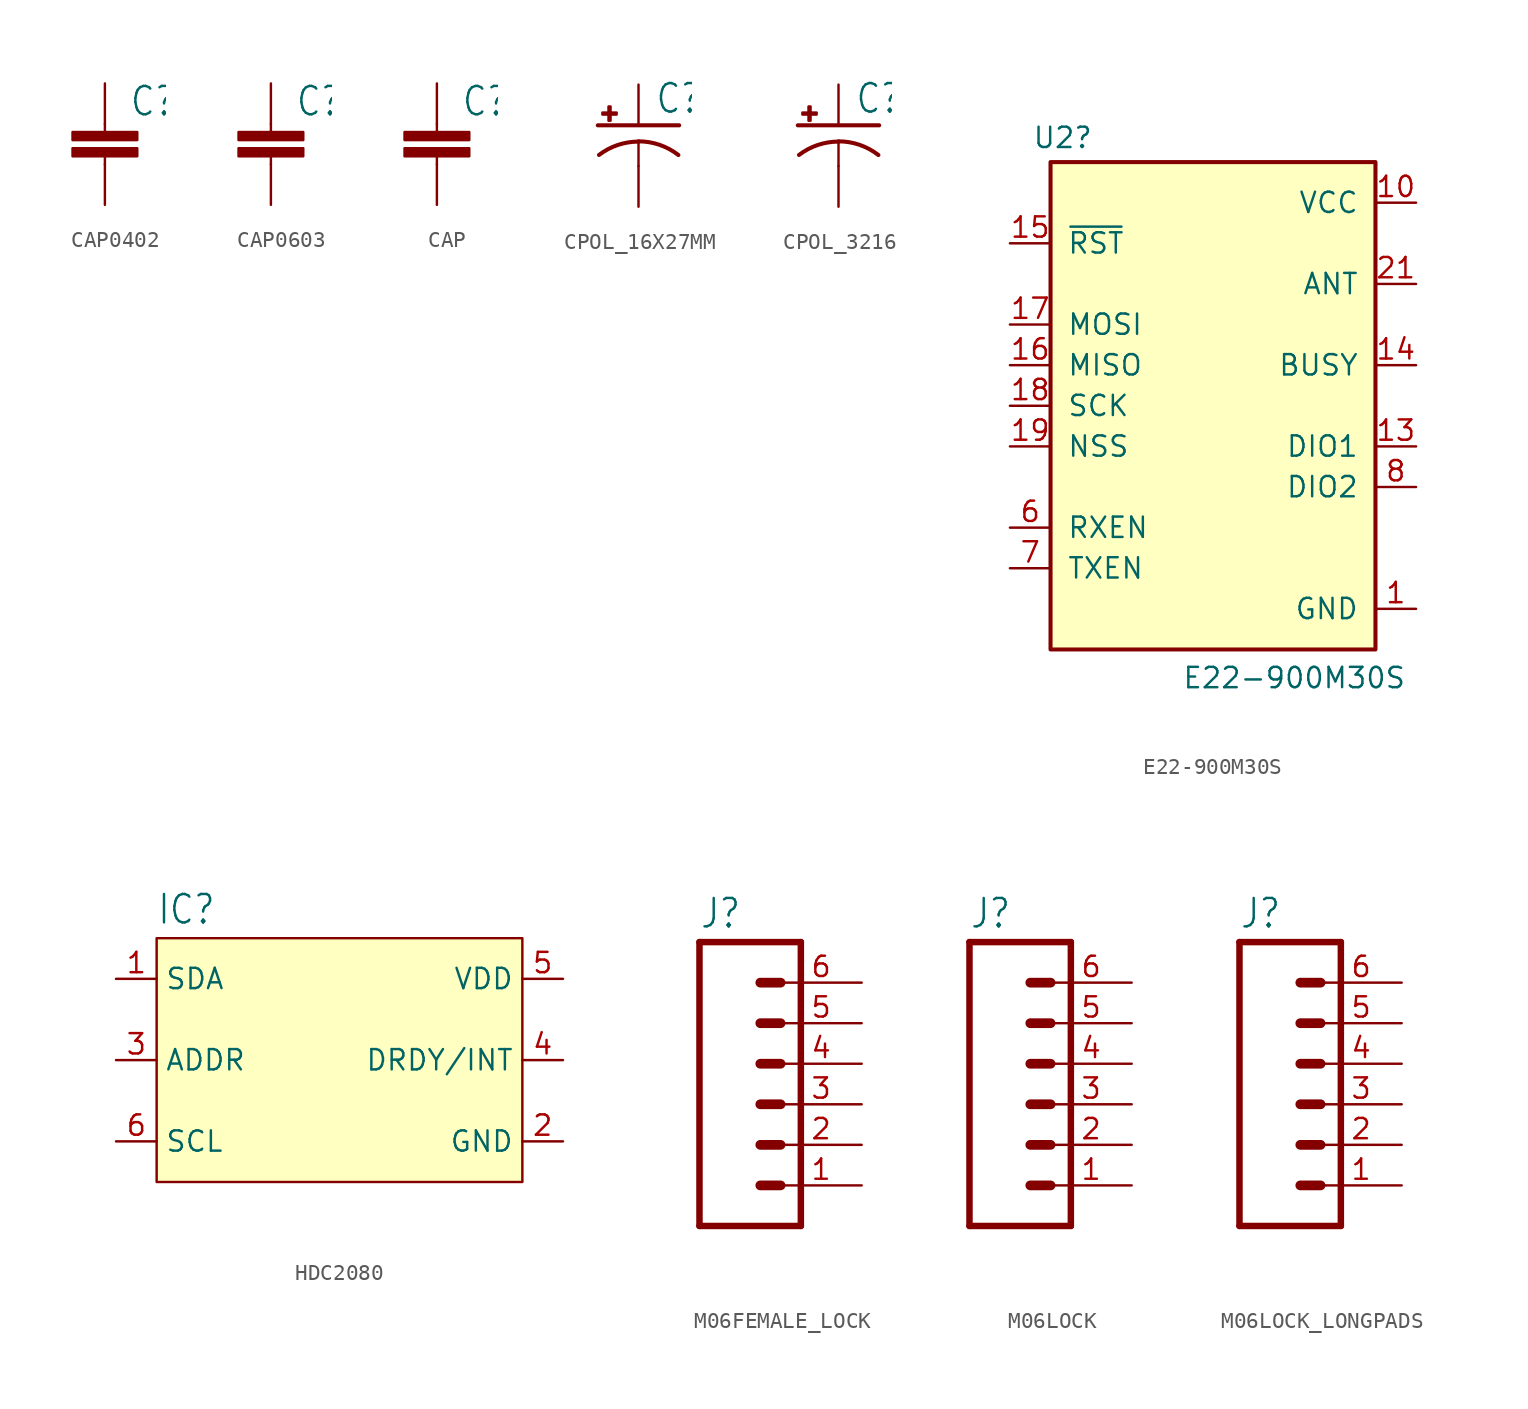
<source format=kicad_sym>
(kicad_symbol_lib
  (version 20241209)
  (generator "kicad_symbol_editor")
  (generator_version "9.0")
  (symbol "CAP0402"
    (property "Reference" "C"
      (at 1.524 2.921 0)
      (effects (font (size 1.778 1.511)) (justify left bottom)))
    (property "Value" ""
      (at 1.524 -2.159 0)
      (effects (font (size 1.778 1.511)) (justify left bottom)))
    (property "ki_locked" ""
      (at 0 0 0)
      (effects (font (size 1.27 1.27))))
    (symbol "CAP0402_1_0"
      (rectangle (start -2.032 1.524) (end 2.032 2.032) (stroke (width 0) (type default)) (fill (type outline)))
      (rectangle (start -2.032 0.508) (end 2.032 1.016) (stroke (width 0) (type default)) (fill (type outline)))
      (polyline (pts (xy 0 2.54) (xy 0 2.032)) (stroke (width 0.152) (type solid)) (fill (type none)))
      (polyline (pts (xy 0 0) (xy 0 0.508)) (stroke (width 0.152) (type solid)) (fill (type none)))
      (pin passive line (at 0 5.08 270) (length 2.54) (name "1" (effects (font (size 0 0)))) (number "1" (effects (font (size 0 0)))))
      (pin passive line (at 0 -2.54 90) (length 2.54) (name "2" (effects (font (size 0 0)))) (number "2" (effects (font (size 0 0)))))))
  (symbol "CAP0603"
    (property "Reference" "C"
      (at 1.524 2.921 0)
      (effects (font (size 1.778 1.511)) (justify left bottom)))
    (property "Value" ""
      (at 1.524 -2.159 0)
      (effects (font (size 1.778 1.511)) (justify left bottom)))
    (property "ki_locked" ""
      (at 0 0 0)
      (effects (font (size 1.27 1.27))))
    (symbol "CAP0603_1_0"
      (rectangle (start -2.032 1.524) (end 2.032 2.032) (stroke (width 0) (type default)) (fill (type outline)))
      (rectangle (start -2.032 0.508) (end 2.032 1.016) (stroke (width 0) (type default)) (fill (type outline)))
      (polyline (pts (xy 0 2.54) (xy 0 2.032)) (stroke (width 0.152) (type solid)) (fill (type none)))
      (polyline (pts (xy 0 0) (xy 0 0.508)) (stroke (width 0.152) (type solid)) (fill (type none)))
      (pin passive line (at 0 5.08 270) (length 2.54) (name "1" (effects (font (size 0 0)))) (number "1" (effects (font (size 0 0)))))
      (pin passive line (at 0 -2.54 90) (length 2.54) (name "2" (effects (font (size 0 0)))) (number "2" (effects (font (size 0 0)))))))
  (symbol "CAP"
    (property "Reference" "C"
      (at 1.524 2.921 0)
      (effects (font (size 1.778 1.511)) (justify left bottom)))
    (property "Value" ""
      (at 1.524 -2.159 0)
      (effects (font (size 1.778 1.511)) (justify left bottom)))
    (property "ki_locked" ""
      (at 0 0 0)
      (effects (font (size 1.27 1.27))))
    (symbol "CAP_1_0"
      (rectangle (start -2.032 1.524) (end 2.032 2.032) (stroke (width 0) (type default)) (fill (type outline)))
      (rectangle (start -2.032 0.508) (end 2.032 1.016) (stroke (width 0) (type default)) (fill (type outline)))
      (polyline (pts (xy 0 2.54) (xy 0 2.032)) (stroke (width 0.152) (type solid)) (fill (type none)))
      (polyline (pts (xy 0 0) (xy 0 0.508)) (stroke (width 0.152) (type solid)) (fill (type none)))
      (pin passive line (at 0 5.08 270) (length 2.54) (name "1" (effects (font (size 0 0)))) (number "1" (effects (font (size 0 0)))))
      (pin passive line (at 0 -2.54 90) (length 2.54) (name "2" (effects (font (size 0 0)))) (number "2" (effects (font (size 0 0)))))))
  (symbol "CPOL_16X27MM"
    (property "Reference" "C"
      (at 1.016 0.635 0)
      (effects (font (size 1.778 1.511)) (justify left bottom)))
    (property "Value" ""
      (at 1.016 -4.191 0)
      (effects (font (size 1.778 1.511)) (justify left bottom)))
    (property "ki_locked" ""
      (at 0 0 0)
      (effects (font (size 1.27 1.27))))
    (symbol "CPOL_16X27MM_1_0"
      (polyline (pts (xy -2.54 0) (xy 2.54 0)) (stroke (width 0.254) (type solid)) (fill (type none)))
      (rectangle (start -2.253 0.668) (end -1.364 0.795) (stroke (width 0) (type default)) (fill (type outline)))
      (rectangle (start -1.872 0.287) (end -1.745 1.176) (stroke (width 0) (type default)) (fill (type outline)))
      (arc (start -2.4669 -1.8504) (mid -1.3021 -1.2303) (end 0 -1.0161) (stroke (width 0.254) (type solid)) (fill (type none)))
      (polyline (pts (xy 0 -1.016) (xy 0 -2.54)) (stroke (width 0.152) (type solid)) (fill (type none)))
      (arc (start 0 -1) (mid 1.3158 -1.2194) (end 2.4892 -1.8541) (stroke (width 0.254) (type solid)) (fill (type none)))
      (pin passive line (at 0 2.54 270) (length 2.54) (name "+" (effects (font (size 0 0)))) (number "+" (effects (font (size 0 0)))))
      (pin passive line (at 0 -5.08 90) (length 2.54) (name "-" (effects (font (size 0 0)))) (number "-" (effects (font (size 0 0)))))))
  (symbol "CPOL_3216"
    (property "Reference" "C"
      (at 1.016 0.635 0)
      (effects (font (size 1.778 1.511)) (justify left bottom)))
    (property "Value" ""
      (at 1.016 -4.191 0)
      (effects (font (size 1.778 1.511)) (justify left bottom)))
    (property "ki_locked" ""
      (at 0 0 0)
      (effects (font (size 1.27 1.27))))
    (symbol "CPOL_3216_1_0"
      (polyline (pts (xy -2.54 0) (xy 2.54 0)) (stroke (width 0.254) (type solid)) (fill (type none)))
      (rectangle (start -2.253 0.668) (end -1.364 0.795) (stroke (width 0) (type default)) (fill (type outline)))
      (rectangle (start -1.872 0.287) (end -1.745 1.176) (stroke (width 0) (type default)) (fill (type outline)))
      (arc (start -2.4669 -1.8504) (mid -1.3021 -1.2303) (end 0 -1.0161) (stroke (width 0.254) (type solid)) (fill (type none)))
      (polyline (pts (xy 0 -1.016) (xy 0 -2.54)) (stroke (width 0.152) (type solid)) (fill (type none)))
      (arc (start 0 -1) (mid 1.3158 -1.2194) (end 2.4892 -1.8541) (stroke (width 0.254) (type solid)) (fill (type none)))
      (pin passive line (at 0 2.54 270) (length 2.54) (name "+" (effects (font (size 0 0)))) (number "+" (effects (font (size 0 0)))))
      (pin passive line (at 0 -5.08 90) (length 2.54) (name "-" (effects (font (size 0 0)))) (number "-" (effects (font (size 0 0)))))))
  (symbol "E22-900M30S"
    (pin_names
      (offset 1.016))
    (property "Reference" "U2"
      (at -9.398 16.764 0)
      (effects (font (size 1.27 1.27))))
    (property "Value" "E22-900M30S"
      (at 5.08 -17.018 0)
      (effects (font (size 1.27 1.27))))
    (symbol "E22-900M30S_0_0"
      (rectangle (start -10.16 15.24) (end 10.16 -15.24) (stroke (width 0.254) (type default)) (fill (type background)))
      (pin input line (at -12.7 5.08 0) (length 2.54) (name "MOSI" (effects (font (size 1.27 1.27)))) (number "17" (effects (font (size 1.27 1.27)))))
      (pin output line (at -12.7 2.54 0) (length 2.54) (name "MISO" (effects (font (size 1.27 1.27)))) (number "16" (effects (font (size 1.27 1.27)))))
      (pin input line (at -12.7 0 0) (length 2.54) (name "SCK" (effects (font (size 1.27 1.27)))) (number "18" (effects (font (size 1.27 1.27)))))
      (pin input line (at -12.7 -2.54 0) (length 2.54) (name "NSS" (effects (font (size 1.27 1.27)))) (number "19" (effects (font (size 1.27 1.27)))))
      (pin input line (at -12.7 -7.62 0) (length 2.54) (name "RXEN" (effects (font (size 1.27 1.27)))) (number "6" (effects (font (size 1.27 1.27)))))
      (pin input line (at -12.7 -10.16 0) (length 2.54) (name "TXEN" (effects (font (size 1.27 1.27)))) (number "7" (effects (font (size 1.27 1.27)))))
      (pin power_in line (at 12.7 12.7 180) (length 2.54) (name "VCC" (effects (font (size 1.27 1.27)))) (number "10" (effects (font (size 1.27 1.27)))))
      (pin power_in line (at 12.7 12.7 180) (length 2.54) (hide yes) (name "VCC" (effects (font (size 1.27 1.27)))) (number "9" (effects (font (size 1.27 1.27)))))
      (pin output line (at 12.7 7.62 180) (length 2.54) (name "ANT" (effects (font (size 1.27 1.27)))) (number "21" (effects (font (size 1.27 1.27)))))
      (pin output line (at 12.7 2.54 180) (length 2.54) (name "BUSY" (effects (font (size 1.27 1.27)))) (number "14" (effects (font (size 1.27 1.27)))))
      (pin bidirectional line (at 12.7 -2.54 180) (length 2.54) (name "DIO1" (effects (font (size 1.27 1.27)))) (number "13" (effects (font (size 1.27 1.27)))))
      (pin bidirectional line (at 12.7 -5.08 180) (length 2.54) (name "DIO2" (effects (font (size 1.27 1.27)))) (number "8" (effects (font (size 1.27 1.27)))))
      (pin power_in line (at 12.7 -12.7 180) (length 2.54) (name "GND" (effects (font (size 1.27 1.27)))) (number "1" (effects (font (size 1.27 1.27)))))
      (pin power_in line (at 12.7 -12.7 180) (length 2.54) (hide yes) (name "GND" (effects (font (size 1.27 1.27)))) (number "11" (effects (font (size 1.27 1.27)))))
      (pin power_in line (at 12.7 -12.7 180) (length 2.54) (hide yes) (name "GND" (effects (font (size 1.27 1.27)))) (number "12" (effects (font (size 1.27 1.27)))))
      (pin power_in line (at 12.7 -12.7 180) (length 2.54) (hide yes) (name "GND" (effects (font (size 1.27 1.27)))) (number "2" (effects (font (size 1.27 1.27)))))
      (pin power_in line (at 12.7 -12.7 180) (length 2.54) (hide yes) (name "GND" (effects (font (size 1.27 1.27)))) (number "20" (effects (font (size 1.27 1.27)))))
      (pin power_in line (at 12.7 -12.7 180) (length 2.54) (hide yes) (name "GND" (effects (font (size 1.27 1.27)))) (number "22" (effects (font (size 1.27 1.27)))))
      (pin power_in line (at 12.7 -12.7 180) (length 2.54) (hide yes) (name "GND" (effects (font (size 1.27 1.27)))) (number "3" (effects (font (size 1.27 1.27)))))
      (pin power_in line (at 12.7 -12.7 180) (length 2.54) (hide yes) (name "GND" (effects (font (size 1.27 1.27)))) (number "4" (effects (font (size 1.27 1.27)))))
      (pin power_in line (at 12.7 -12.7 180) (length 2.54) (hide yes) (name "GND" (effects (font (size 1.27 1.27)))) (number "5" (effects (font (size 1.27 1.27))))))
    (symbol "E22-900M30S_1_0"
      (pin input line (at -12.7 10.16 0) (length 2.54) (name "~{RST}" (effects (font (size 1.27 1.27)))) (number "15" (effects (font (size 1.27 1.27)))))))
  (symbol "HDC2080"
    (property "Reference" "IC"
      (at -12.7 8.382 0)
      (effects (font (size 1.778 1.511)) (justify left bottom)))
    (property "Value" ""
      (at -12.7 -10.16 0)
      (effects (font (size 1.778 1.511)) (justify left bottom)))
    (property "ki_locked" ""
      (at 0 0 0)
      (effects (font (size 1.27 1.27))))
    (symbol "HDC2080_1_0"
      (pin bidirectional line (at -15.24 5.08 0) (length 2.54) (name "SDA" (effects (font (size 1.27 1.27)))) (number "1" (effects (font (size 1.27 1.27)))))
      (pin bidirectional line (at -15.24 0 0) (length 2.54) (name "ADDR" (effects (font (size 1.27 1.27)))) (number "3" (effects (font (size 1.27 1.27)))))
      (pin bidirectional line (at -15.24 -5.08 0) (length 2.54) (name "SCL" (effects (font (size 1.27 1.27)))) (number "6" (effects (font (size 1.27 1.27)))))
      (pin no_connect line (at -1.27 -10.16 90) (length 2.54) (hide yes) (name "PP" (effects (font (size 1.27 1.27)))) (number "7" (effects (font (size 0 0)))))
      (pin bidirectional line (at 12.7 5.08 180) (length 2.54) (name "VDD" (effects (font (size 1.27 1.27)))) (number "5" (effects (font (size 1.27 1.27)))))
      (pin bidirectional line (at 12.7 0 180) (length 2.54) (name "DRDY/INT" (effects (font (size 1.27 1.27)))) (number "4" (effects (font (size 1.27 1.27)))))
      (pin bidirectional line (at 12.7 -5.08 180) (length 2.54) (name "GND" (effects (font (size 1.27 1.27)))) (number "2" (effects (font (size 1.27 1.27))))))
    (symbol "HDC2080_1_1"
      (rectangle (start -12.7 7.62) (end 10.16 -7.62) (stroke (width 0) (type solid)) (fill (type background)))))
  (symbol "M06FEMALE_LOCK"
    (property "Reference" "J"
      (at -5.08 10.922 0)
      (effects (font (size 1.778 1.511)) (justify left bottom)))
    (property "Value" ""
      (at -5.08 -10.16 0)
      (effects (font (size 1.778 1.511)) (justify left bottom)))
    (property "ki_locked" ""
      (at 0 0 0)
      (effects (font (size 1.27 1.27))))
    (symbol "M06FEMALE_LOCK_1_0"
      (polyline (pts (xy -5.08 10.16) (xy -5.08 -7.62)) (stroke (width 0.406) (type solid)) (fill (type none)))
      (polyline (pts (xy -5.08 10.16) (xy 1.27 10.16)) (stroke (width 0.406) (type solid)) (fill (type none)))
      (polyline (pts (xy -1.27 7.62) (xy 0 7.62)) (stroke (width 0.61) (type solid)) (fill (type none)))
      (polyline (pts (xy -1.27 5.08) (xy 0 5.08)) (stroke (width 0.61) (type solid)) (fill (type none)))
      (polyline (pts (xy -1.27 2.54) (xy 0 2.54)) (stroke (width 0.61) (type solid)) (fill (type none)))
      (polyline (pts (xy -1.27 0) (xy 0 0)) (stroke (width 0.61) (type solid)) (fill (type none)))
      (polyline (pts (xy -1.27 -2.54) (xy 0 -2.54)) (stroke (width 0.61) (type solid)) (fill (type none)))
      (polyline (pts (xy -1.27 -5.08) (xy 0 -5.08)) (stroke (width 0.61) (type solid)) (fill (type none)))
      (polyline (pts (xy 1.27 -7.62) (xy -5.08 -7.62)) (stroke (width 0.406) (type solid)) (fill (type none)))
      (polyline (pts (xy 1.27 -7.62) (xy 1.27 10.16)) (stroke (width 0.406) (type solid)) (fill (type none)))
      (pin passive line (at 5.08 7.62 180) (length 5.08) (name "6" (effects (font (size 0 0)))) (number "6" (effects (font (size 1.27 1.27)))))
      (pin passive line (at 5.08 5.08 180) (length 5.08) (name "5" (effects (font (size 0 0)))) (number "5" (effects (font (size 1.27 1.27)))))
      (pin passive line (at 5.08 2.54 180) (length 5.08) (name "4" (effects (font (size 0 0)))) (number "4" (effects (font (size 1.27 1.27)))))
      (pin passive line (at 5.08 0 180) (length 5.08) (name "3" (effects (font (size 0 0)))) (number "3" (effects (font (size 1.27 1.27)))))
      (pin passive line (at 5.08 -2.54 180) (length 5.08) (name "2" (effects (font (size 0 0)))) (number "2" (effects (font (size 1.27 1.27)))))
      (pin passive line (at 5.08 -5.08 180) (length 5.08) (name "1" (effects (font (size 0 0)))) (number "1" (effects (font (size 1.27 1.27)))))))
  (symbol "M06LOCK"
    (property "Reference" "J"
      (at -5.08 10.922 0)
      (effects (font (size 1.778 1.511)) (justify left bottom)))
    (property "Value" ""
      (at -5.08 -10.16 0)
      (effects (font (size 1.778 1.511)) (justify left bottom)))
    (property "ki_locked" ""
      (at 0 0 0)
      (effects (font (size 1.27 1.27))))
    (symbol "M06LOCK_1_0"
      (polyline (pts (xy -5.08 10.16) (xy -5.08 -7.62)) (stroke (width 0.406) (type solid)) (fill (type none)))
      (polyline (pts (xy -5.08 10.16) (xy 1.27 10.16)) (stroke (width 0.406) (type solid)) (fill (type none)))
      (polyline (pts (xy -1.27 7.62) (xy 0 7.62)) (stroke (width 0.61) (type solid)) (fill (type none)))
      (polyline (pts (xy -1.27 5.08) (xy 0 5.08)) (stroke (width 0.61) (type solid)) (fill (type none)))
      (polyline (pts (xy -1.27 2.54) (xy 0 2.54)) (stroke (width 0.61) (type solid)) (fill (type none)))
      (polyline (pts (xy -1.27 0) (xy 0 0)) (stroke (width 0.61) (type solid)) (fill (type none)))
      (polyline (pts (xy -1.27 -2.54) (xy 0 -2.54)) (stroke (width 0.61) (type solid)) (fill (type none)))
      (polyline (pts (xy -1.27 -5.08) (xy 0 -5.08)) (stroke (width 0.61) (type solid)) (fill (type none)))
      (polyline (pts (xy 1.27 -7.62) (xy -5.08 -7.62)) (stroke (width 0.406) (type solid)) (fill (type none)))
      (polyline (pts (xy 1.27 -7.62) (xy 1.27 10.16)) (stroke (width 0.406) (type solid)) (fill (type none)))
      (pin passive line (at 5.08 7.62 180) (length 5.08) (name "6" (effects (font (size 0 0)))) (number "6" (effects (font (size 1.27 1.27)))))
      (pin passive line (at 5.08 5.08 180) (length 5.08) (name "5" (effects (font (size 0 0)))) (number "5" (effects (font (size 1.27 1.27)))))
      (pin passive line (at 5.08 2.54 180) (length 5.08) (name "4" (effects (font (size 0 0)))) (number "4" (effects (font (size 1.27 1.27)))))
      (pin passive line (at 5.08 0 180) (length 5.08) (name "3" (effects (font (size 0 0)))) (number "3" (effects (font (size 1.27 1.27)))))
      (pin passive line (at 5.08 -2.54 180) (length 5.08) (name "2" (effects (font (size 0 0)))) (number "2" (effects (font (size 1.27 1.27)))))
      (pin passive line (at 5.08 -5.08 180) (length 5.08) (name "1" (effects (font (size 0 0)))) (number "1" (effects (font (size 1.27 1.27)))))))
  (symbol "M06LOCK_LONGPADS"
    (property "Reference" "J"
      (at -5.08 10.922 0)
      (effects (font (size 1.778 1.511)) (justify left bottom)))
    (property "Value" ""
      (at -5.08 -10.16 0)
      (effects (font (size 1.778 1.511)) (justify left bottom)))
    (property "ki_locked" ""
      (at 0 0 0)
      (effects (font (size 1.27 1.27))))
    (symbol "M06LOCK_LONGPADS_1_0"
      (polyline (pts (xy -5.08 10.16) (xy -5.08 -7.62)) (stroke (width 0.406) (type solid)) (fill (type none)))
      (polyline (pts (xy -5.08 10.16) (xy 1.27 10.16)) (stroke (width 0.406) (type solid)) (fill (type none)))
      (polyline (pts (xy -1.27 7.62) (xy 0 7.62)) (stroke (width 0.61) (type solid)) (fill (type none)))
      (polyline (pts (xy -1.27 5.08) (xy 0 5.08)) (stroke (width 0.61) (type solid)) (fill (type none)))
      (polyline (pts (xy -1.27 2.54) (xy 0 2.54)) (stroke (width 0.61) (type solid)) (fill (type none)))
      (polyline (pts (xy -1.27 0) (xy 0 0)) (stroke (width 0.61) (type solid)) (fill (type none)))
      (polyline (pts (xy -1.27 -2.54) (xy 0 -2.54)) (stroke (width 0.61) (type solid)) (fill (type none)))
      (polyline (pts (xy -1.27 -5.08) (xy 0 -5.08)) (stroke (width 0.61) (type solid)) (fill (type none)))
      (polyline (pts (xy 1.27 -7.62) (xy -5.08 -7.62)) (stroke (width 0.406) (type solid)) (fill (type none)))
      (polyline (pts (xy 1.27 -7.62) (xy 1.27 10.16)) (stroke (width 0.406) (type solid)) (fill (type none)))
      (pin passive line (at 5.08 7.62 180) (length 5.08) (name "6" (effects (font (size 0 0)))) (number "6" (effects (font (size 1.27 1.27)))))
      (pin passive line (at 5.08 5.08 180) (length 5.08) (name "5" (effects (font (size 0 0)))) (number "5" (effects (font (size 1.27 1.27)))))
      (pin passive line (at 5.08 2.54 180) (length 5.08) (name "4" (effects (font (size 0 0)))) (number "4" (effects (font (size 1.27 1.27)))))
      (pin passive line (at 5.08 0 180) (length 5.08) (name "3" (effects (font (size 0 0)))) (number "3" (effects (font (size 1.27 1.27)))))
      (pin passive line (at 5.08 -2.54 180) (length 5.08) (name "2" (effects (font (size 0 0)))) (number "2" (effects (font (size 1.27 1.27)))))
      (pin passive line (at 5.08 -5.08 180) (length 5.08) (name "1" (effects (font (size 0 0)))) (number "1" (effects (font (size 1.27 1.27))))))))
</source>
